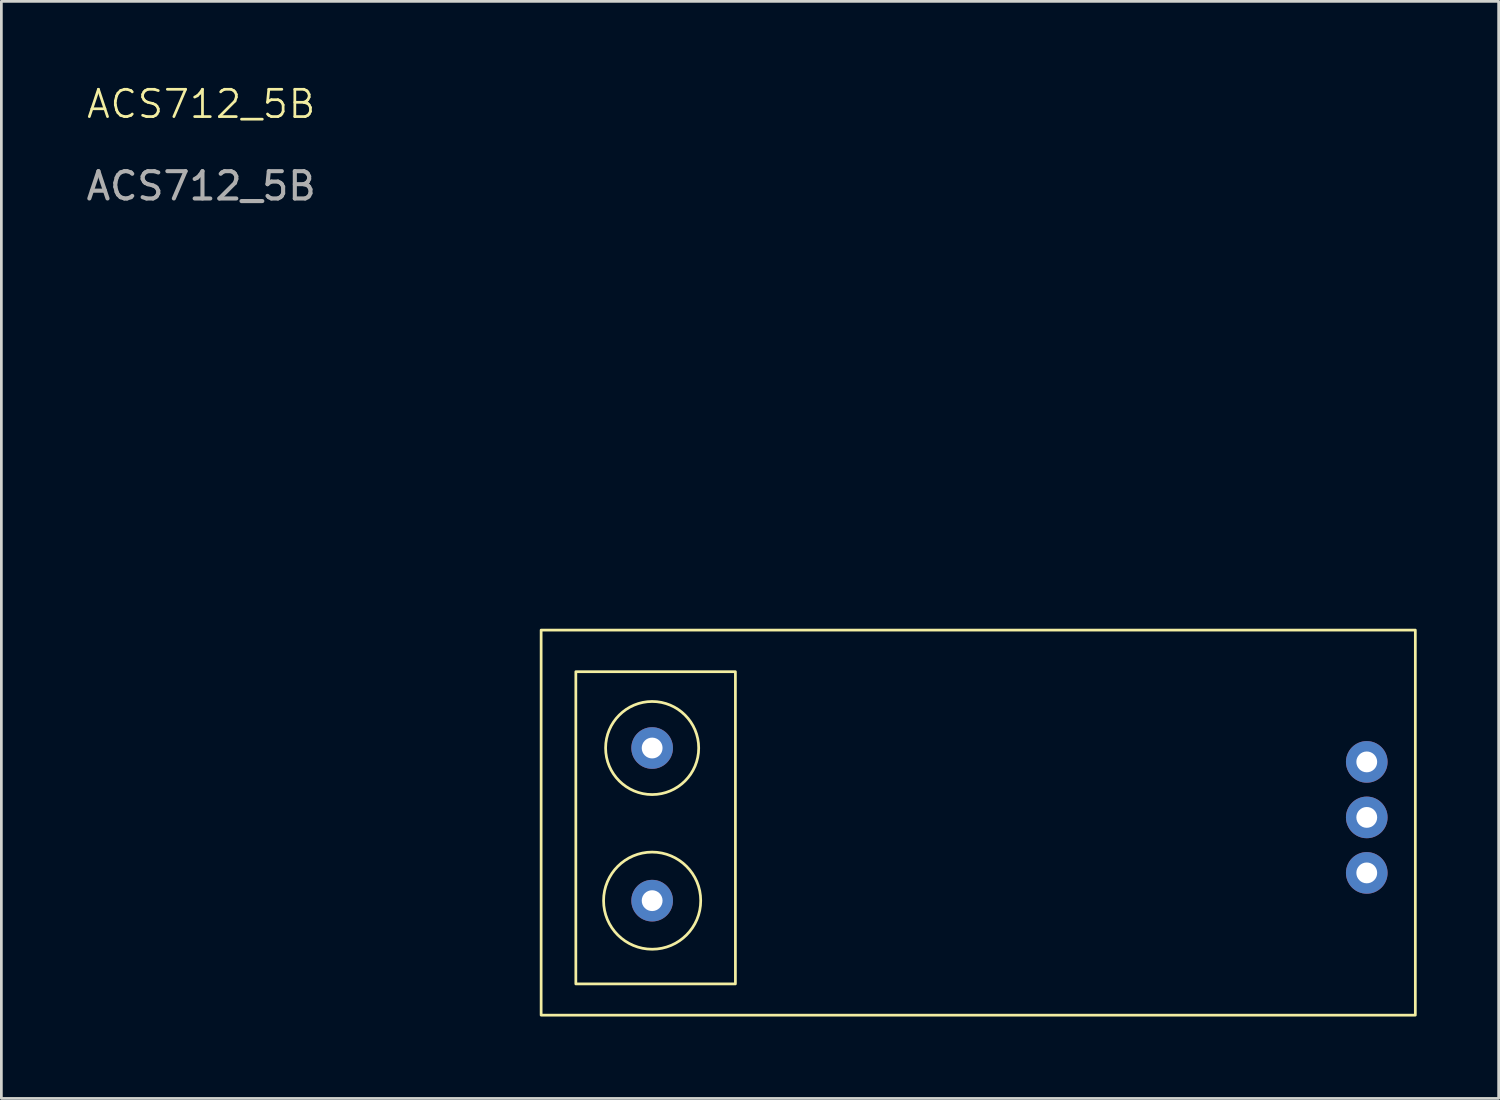
<source format=kicad_pcb>
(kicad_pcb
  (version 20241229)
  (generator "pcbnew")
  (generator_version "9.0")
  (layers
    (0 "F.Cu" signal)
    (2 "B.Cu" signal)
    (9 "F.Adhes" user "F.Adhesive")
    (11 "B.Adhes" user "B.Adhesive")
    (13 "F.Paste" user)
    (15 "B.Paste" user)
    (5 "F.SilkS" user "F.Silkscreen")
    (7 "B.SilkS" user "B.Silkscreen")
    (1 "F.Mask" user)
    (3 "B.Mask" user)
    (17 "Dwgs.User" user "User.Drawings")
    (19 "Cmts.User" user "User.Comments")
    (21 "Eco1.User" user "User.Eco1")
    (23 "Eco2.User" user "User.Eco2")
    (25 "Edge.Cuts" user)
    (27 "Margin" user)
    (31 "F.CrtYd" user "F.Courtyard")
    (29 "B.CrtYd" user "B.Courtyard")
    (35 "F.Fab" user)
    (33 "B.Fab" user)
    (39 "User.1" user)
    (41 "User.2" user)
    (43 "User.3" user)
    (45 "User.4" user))
  (footprint "ACS712_5B"
    (layer "F.Cu")
    (at 16.761 20.017)
    (property "Reference" "ACS712_5B" (at -12.446 -19.256 0) (unlocked yes) (layer "F.SilkS") (effects (font (size 1 1) (thickness 0.1))))
    (attr through_hole)
    (fp_rect (start 0 0) (end 32.004 14.097) (stroke (width 0.1) (type default)) (fill no) (layer "F.SilkS"))
    (fp_rect (start 1.27 1.524) (end 7.112 12.954) (stroke (width 0.1) (type default)) (fill no) (layer "F.SilkS"))
    (fp_circle (center 4.064 4.318) (end 4.826 5.842) (stroke (width 0.1) (type default)) (fill no) (layer "F.SilkS"))
    (fp_circle (center 4.064 9.906) (end 4.064 8.128) (stroke (width 0.1) (type default)) (fill no) (layer "F.SilkS"))
    (fp_text user "${REFERENCE}" (at -12.446 -16.256 0) (unlocked yes) (layer "F.Fab") (effects (font (size 1 1) (thickness 0.15))))
    (pad "1" thru_hole circle (at 30.226 4.826) (size 1.524 1.524) (drill 0.762) (layers "*.Cu" "*.Mask"))
    (pad "2" thru_hole circle (at 30.226 6.858) (size 1.524 1.524) (drill 0.762) (layers "*.Cu" "*.Mask"))
    (pad "3" thru_hole circle (at 30.226 8.89) (size 1.524 1.524) (drill 0.762) (layers "*.Cu" "*.Mask"))
    (pad "4" thru_hole circle (at 4.064 4.318) (size 1.524 1.524) (drill 0.762) (layers "*.Cu" "*.Mask"))
    (pad "5" thru_hole circle (at 4.064 9.906) (size 1.524 1.524) (drill 0.762) (layers "*.Cu" "*.Mask")))
  (gr_rect
    (start -3 -3)
    (end 51.815 37.163)
    (stroke (width 0.1) (type default))
    (fill no)
    (layer "Edge.Cuts")))
</source>
